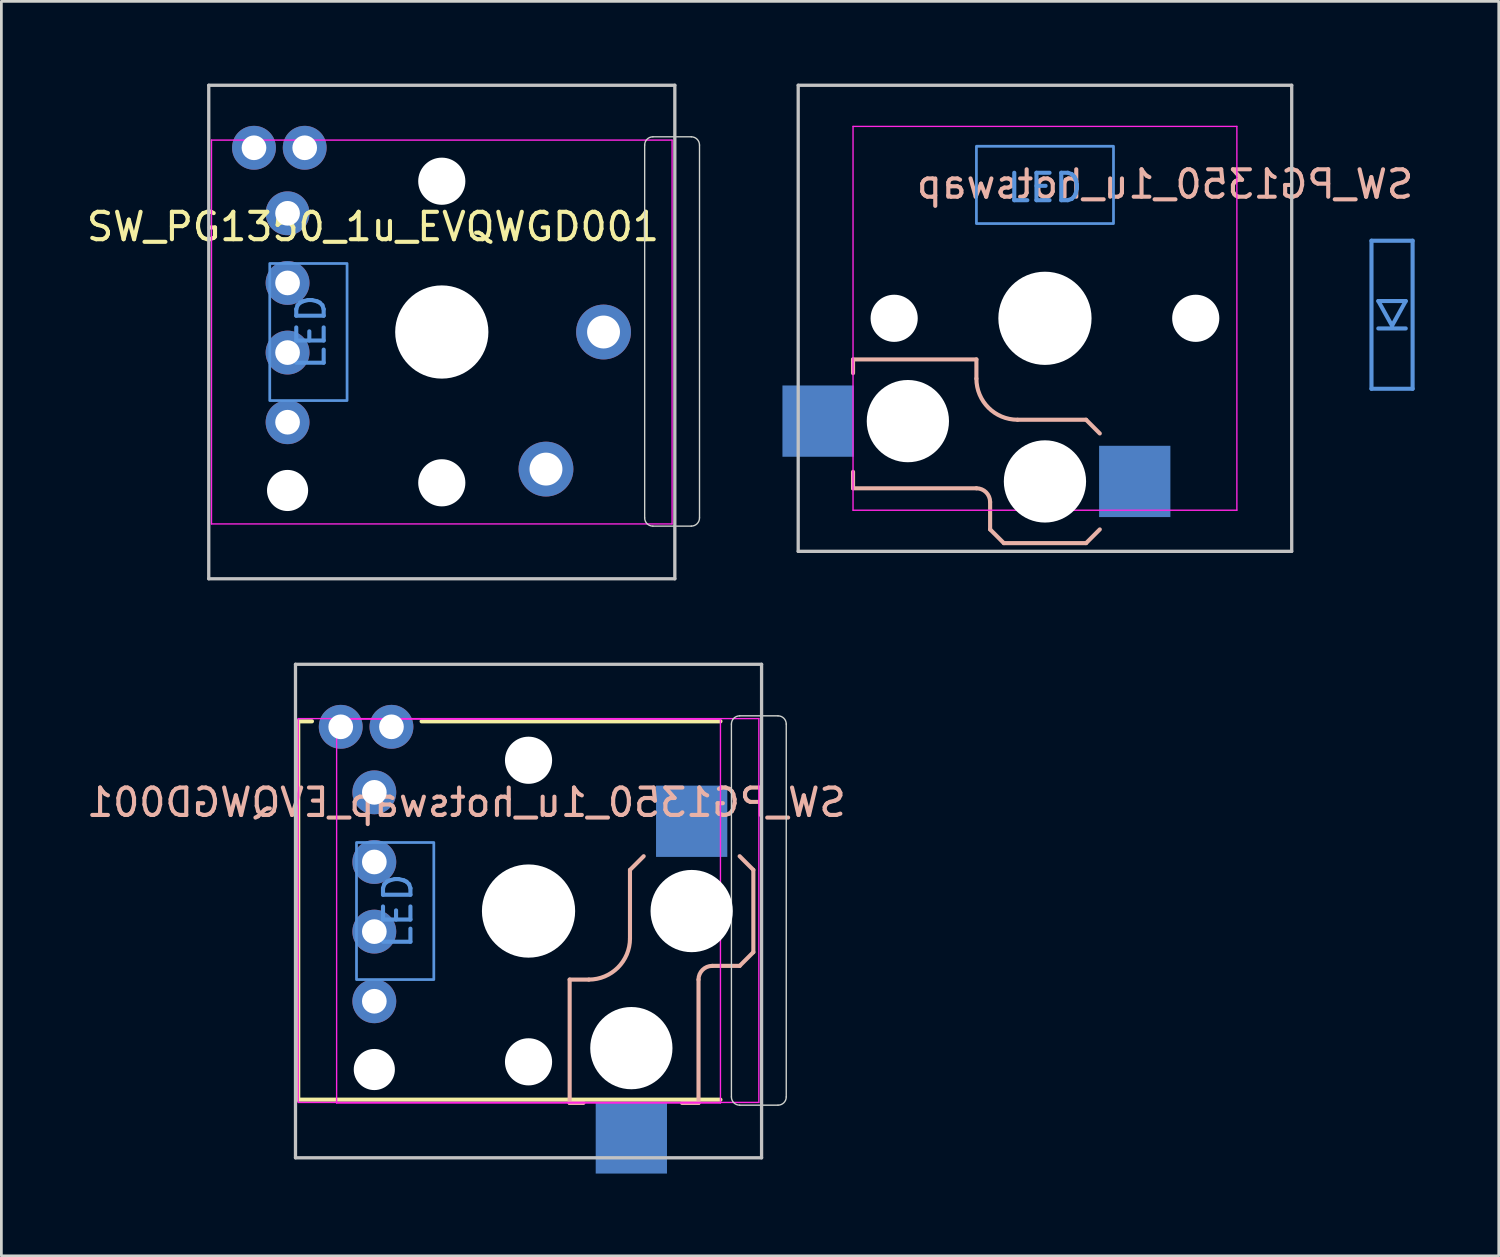
<source format=kicad_pcb>
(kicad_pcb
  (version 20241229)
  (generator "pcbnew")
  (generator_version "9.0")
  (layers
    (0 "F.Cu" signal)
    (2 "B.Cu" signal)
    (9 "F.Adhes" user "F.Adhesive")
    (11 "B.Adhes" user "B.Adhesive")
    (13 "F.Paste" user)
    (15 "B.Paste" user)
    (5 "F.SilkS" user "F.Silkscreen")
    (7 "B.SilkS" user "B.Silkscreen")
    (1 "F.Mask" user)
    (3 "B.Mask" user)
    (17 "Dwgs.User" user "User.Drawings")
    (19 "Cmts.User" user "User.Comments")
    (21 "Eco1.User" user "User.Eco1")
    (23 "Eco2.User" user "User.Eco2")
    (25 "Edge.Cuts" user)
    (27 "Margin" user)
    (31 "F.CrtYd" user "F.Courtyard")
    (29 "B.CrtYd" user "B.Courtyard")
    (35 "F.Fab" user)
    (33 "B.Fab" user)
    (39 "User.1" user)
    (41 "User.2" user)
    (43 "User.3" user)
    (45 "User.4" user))
  (footprint "SW_PG1350_1u_EVQWGD001"
    (layer "F.Cu")
    (at 13.064 9.06)
    (property "Reference" "SW_PG1350_1u_EVQWGD001" (at -2.51 -3.84 180) (layer "F.SilkS") (effects (font (size 1 1) (thickness 0.15))))
    (attr through_hole exclude_from_pos_files exclude_from_bom)
    (fp_line (start -8.5 -9) (end 8.5 -9) (stroke (width 0.12) (type solid)) (layer "Dwgs.User"))
    (fp_line (start -8.5 9) (end -8.5 -9) (stroke (width 0.12) (type solid)) (layer "Dwgs.User"))
    (fp_line (start 8.5 -9) (end 8.5 9) (stroke (width 0.12) (type solid)) (layer "Dwgs.User"))
    (fp_line (start 8.5 9) (end -8.5 9) (stroke (width 0.12) (type solid)) (layer "Dwgs.User"))
    (fp_rect (start -6.275 2.5) (end -3.455 -2.5) (stroke (width 0.1) (type default)) (fill no) (layer "Cmts.User"))
    (fp_line (start -7.5 -7.5) (end 7.5 -7.5) (stroke (width 0.15) (type solid)) (layer "Eco2.User"))
    (fp_line (start -7.5 7.5) (end -7.5 -7.5) (stroke (width 0.15) (type solid)) (layer "Eco2.User"))
    (fp_line (start -6.95 6.45) (end -6.95 -6.45) (stroke (width 0.05) (type solid)) (layer "Eco2.User"))
    (fp_line (start -6.45 -6.95) (end 6.45 -6.95) (stroke (width 0.05) (type solid)) (layer "Eco2.User"))
    (fp_line (start 6.45 6.95) (end -6.45 6.95) (stroke (width 0.05) (type solid)) (layer "Eco2.User"))
    (fp_line (start 6.95 -6.45) (end 6.95 6.45) (stroke (width 0.05) (type solid)) (layer "Eco2.User"))
    (fp_line (start 7.5 -7.5) (end 7.5 7.5) (stroke (width 0.15) (type solid)) (layer "Eco2.User"))
    (fp_line (start 7.5 7.5) (end -7.5 7.5) (stroke (width 0.15) (type solid)) (layer "Eco2.User"))
    (fp_arc (start -6.95 -6.45) (mid -6.803553 -6.803553) (end -6.45 -6.95) (stroke (width 0.05) (type solid)) (layer "Eco2.User"))
    (fp_arc (start -6.45 6.95) (mid -6.803553 6.803553) (end -6.95 6.45) (stroke (width 0.05) (type solid)) (layer "Eco2.User"))
    (fp_arc (start 6.45 -6.95) (mid 6.803553 -6.803553) (end 6.95 -6.45) (stroke (width 0.05) (type solid)) (layer "Eco2.User"))
    (fp_arc (start 6.95 6.45) (mid 6.803553 6.803553) (end 6.45 6.95) (stroke (width 0.05) (type solid)) (layer "Eco2.User"))
    (fp_line (start 7.4 -6.82) (end 7.4 6.78) (stroke (width 0.05) (type solid)) (layer "Edge.Cuts"))
    (fp_line (start 7.7 7.08) (end 9.1 7.08) (stroke (width 0.05) (type solid)) (layer "Edge.Cuts"))
    (fp_line (start 9.1 -7.12) (end 7.7 -7.12) (stroke (width 0.05) (type solid)) (layer "Edge.Cuts"))
    (fp_line (start 9.4 6.78) (end 9.4 -6.82) (stroke (width 0.05) (type solid)) (layer "Edge.Cuts"))
    (fp_arc (start 7.4 -6.82) (mid 7.487868 -7.032132) (end 7.7 -7.12) (stroke (width 0.05) (type solid)) (layer "Edge.Cuts"))
    (fp_arc (start 7.7 7.08) (mid 7.487868 6.992132) (end 7.4 6.78) (stroke (width 0.05) (type solid)) (layer "Edge.Cuts"))
    (fp_arc (start 9.1 -7.12) (mid 9.312132 -7.032132) (end 9.4 -6.82) (stroke (width 0.05) (type solid)) (layer "Edge.Cuts"))
    (fp_arc (start 9.4 6.78) (mid 9.312132 6.992132) (end 9.1 7.08) (stroke (width 0.05) (type solid)) (layer "Edge.Cuts"))
    (fp_line (start -8.4 -7) (end 8.4 -7) (stroke (width 0.05) (type solid)) (layer "F.CrtYd"))
    (fp_line (start -8.4 7) (end -8.4 -7) (stroke (width 0.05) (type solid)) (layer "F.CrtYd"))
    (fp_line (start 8.4 -7) (end 8.4 7) (stroke (width 0.05) (type solid)) (layer "F.CrtYd"))
    (fp_line (start 8.4 7) (end -8.4 7) (stroke (width 0.05) (type solid)) (layer "F.CrtYd"))
    (fp_text user "LED" (at -4.763 0 90) (unlocked yes) (layer "Cmts.User") (effects (font (size 1 1) (thickness 0.15))))
    (pad "" np_thru_hole circle (at -5.625 5.78) (size 1.5 1.5) (drill 1.5) (layers "*.Cu" "*.Mask"))
    (pad "" np_thru_hole circle (at 0 -5.5 90) (size 1.72 1.72) (drill 1.72) (layers "*.Cu" "*.Mask"))
    (pad "" np_thru_hole circle (at 0 0 270) (size 3.4 3.4) (drill 3.4) (layers "*.Cu" "*.Mask"))
    (pad "" np_thru_hole circle (at 0 5.5 90) (size 1.72 1.72) (drill 1.72) (layers "*.Cu" "*.Mask"))
    (pad "A" thru_hole circle (at -5.625 -4.33) (size 1.6 1.6) (drill 0.9) (layers "*.Cu" "*.Mask"))
    (pad "B" thru_hole circle (at -5.625 -1.79) (size 1.6 1.6) (drill 0.9) (layers "*.Cu" "*.Mask"))
    (pad "C" thru_hole circle (at -5.625 0.75) (size 1.6 1.6) (drill 0.9) (layers "*.Cu" "*.Mask"))
    (pad "D" thru_hole circle (at -5.625 3.29) (size 1.6 1.6) (drill 0.9) (layers "*.Cu" "*.Mask"))
    (pad "S1" thru_hole circle (at -6.85 -6.72) (size 1.6 1.6) (drill 0.9) (layers "*.Cu" "*.Mask"))
    (pad "S1" thru_hole circle (at 5.9 0 270) (size 2 2) (drill 1.2) (layers "*.Cu" "B.Mask"))
    (pad "S2" thru_hole circle (at -5 -6.72) (size 1.6 1.6) (drill 0.9) (layers "*.Cu" "*.Mask"))
    (pad "S2" thru_hole circle (at 3.8 5 270) (size 2 2) (drill 1.2) (layers "*.Cu" "B.Mask")))
  (footprint "SW_PG1350_1u_hotswap_EVQWGD001"
    (layer "F.Cu")
    (at 16.228 30.18)
    (property "Reference" "SW_PG1350_1u_hotswap_EVQWGD001" (at -2.27 -3.96 0) (layer "B.SilkS") (effects (font (size 1 1) (thickness 0.15)) (justify mirror)))
    (attr smd exclude_from_pos_files exclude_from_bom)
    (fp_line (start -8.4 -6.92) (end -8.4 6.88) (stroke (width 0.15) (type solid)) (layer "F.SilkS"))
    (fp_line (start -8.4 6.88) (end 7 6.88) (stroke (width 0.15) (type solid)) (layer "F.SilkS"))
    (fp_line (start -7.9 -6.92) (end -8.4 -6.92) (stroke (width 0.15) (type solid)) (layer "F.SilkS"))
    (fp_line (start 7 -6.92) (end -3.9 -6.92) (stroke (width 0.15) (type solid)) (layer "F.SilkS"))
    (fp_line (start 1.5 2.5) (end 1.5 7) (stroke (width 0.15) (type solid)) (layer "B.SilkS"))
    (fp_line (start 1.5 7) (end 2 7) (stroke (width 0.15) (type solid)) (layer "B.SilkS"))
    (fp_line (start 2.2 2.5) (end 1.5 2.5) (stroke (width 0.15) (type solid)) (layer "B.SilkS"))
    (fp_line (start 3.7 -1.5) (end 3.7 1) (stroke (width 0.15) (type solid)) (layer "B.SilkS"))
    (fp_line (start 4.2 -2) (end 3.7 -1.5) (stroke (width 0.15) (type solid)) (layer "B.SilkS"))
    (fp_line (start 5.6 7) (end 6.2 7) (stroke (width 0.15) (type solid)) (layer "B.SilkS"))
    (fp_line (start 6.2 7) (end 6.2 2.5) (stroke (width 0.15) (type solid)) (layer "B.SilkS"))
    (fp_line (start 6.7 2) (end 7.7 2) (stroke (width 0.15) (type solid)) (layer "B.SilkS"))
    (fp_line (start 7.7 -2) (end 8.2 -1.5) (stroke (width 0.15) (type solid)) (layer "B.SilkS"))
    (fp_line (start 8.2 -1.5) (end 8.2 1.5) (stroke (width 0.15) (type solid)) (layer "B.SilkS"))
    (fp_line (start 8.2 1.5) (end 7.7 2) (stroke (width 0.15) (type solid)) (layer "B.SilkS"))
    (fp_arc (start 3.7 1) (mid 3.26066 2.06066) (end 2.2 2.5) (stroke (width 0.15) (type solid)) (layer "B.SilkS"))
    (fp_arc (start 6.2 2.5) (mid 6.346447 2.146447) (end 6.7 2) (stroke (width 0.15) (type solid)) (layer "B.SilkS"))
    (fp_line (start -8.5 -9) (end 8.5 -9) (stroke (width 0.12) (type solid)) (layer "Dwgs.User"))
    (fp_line (start -8.5 9) (end -8.5 -9) (stroke (width 0.12) (type solid)) (layer "Dwgs.User"))
    (fp_line (start 8.5 -9) (end 8.5 9) (stroke (width 0.12) (type solid)) (layer "Dwgs.User"))
    (fp_line (start 8.5 9) (end -8.5 9) (stroke (width 0.12) (type solid)) (layer "Dwgs.User"))
    (fp_circle (center 0 0) (end 1 0) (stroke (width 0.15) (type solid)) (fill no) (layer "Dwgs.User"))
    (fp_rect (start -6.275 2.5) (end -3.455 -2.5) (stroke (width 0.1) (type default)) (fill no) (layer "Cmts.User"))
    (fp_line (start -7.5 -7.5) (end 7.5 -7.5) (stroke (width 0.15) (type solid)) (layer "Eco2.User"))
    (fp_line (start -7.5 7.5) (end -7.5 -7.5) (stroke (width 0.15) (type solid)) (layer "Eco2.User"))
    (fp_line (start -6.95 6.45) (end -6.95 -6.45) (stroke (width 0.05) (type solid)) (layer "Eco2.User"))
    (fp_line (start -6.45 -6.95) (end 6.45 -6.95) (stroke (width 0.05) (type solid)) (layer "Eco2.User"))
    (fp_line (start 6.45 6.95) (end -6.45 6.95) (stroke (width 0.05) (type solid)) (layer "Eco2.User"))
    (fp_line (start 6.95 -6.45) (end 6.95 6.45) (stroke (width 0.05) (type solid)) (layer "Eco2.User"))
    (fp_line (start 7.5 -7.5) (end 7.5 7.5) (stroke (width 0.15) (type solid)) (layer "Eco2.User"))
    (fp_line (start 7.5 7.5) (end -7.5 7.5) (stroke (width 0.15) (type solid)) (layer "Eco2.User"))
    (fp_arc (start -6.95 -6.45) (mid -6.803553 -6.803553) (end -6.45 -6.95) (stroke (width 0.05) (type solid)) (layer "Eco2.User"))
    (fp_arc (start -6.45 6.95) (mid -6.803553 6.803553) (end -6.95 6.45) (stroke (width 0.05) (type solid)) (layer "Eco2.User"))
    (fp_arc (start 6.45 -6.95) (mid 6.803553 -6.803553) (end 6.95 -6.45) (stroke (width 0.05) (type solid)) (layer "Eco2.User"))
    (fp_arc (start 6.95 6.45) (mid 6.803553 6.803553) (end 6.45 6.95) (stroke (width 0.05) (type solid)) (layer "Eco2.User"))
    (fp_line (start 7.4 -6.82) (end 7.4 6.78) (stroke (width 0.05) (type solid)) (layer "Edge.Cuts"))
    (fp_line (start 7.7 7.08) (end 9.1 7.08) (stroke (width 0.05) (type solid)) (layer "Edge.Cuts"))
    (fp_line (start 9.1 -7.12) (end 7.7 -7.12) (stroke (width 0.05) (type solid)) (layer "Edge.Cuts"))
    (fp_line (start 9.4 6.78) (end 9.4 -6.82) (stroke (width 0.05) (type solid)) (layer "Edge.Cuts"))
    (fp_arc (start 7.4 -6.82) (mid 7.487868 -7.032132) (end 7.7 -7.12) (stroke (width 0.05) (type solid)) (layer "Edge.Cuts"))
    (fp_arc (start 7.7 7.08) (mid 7.487868 6.992132) (end 7.4 6.78) (stroke (width 0.05) (type solid)) (layer "Edge.Cuts"))
    (fp_arc (start 9.1 -7.12) (mid 9.312132 -7.032132) (end 9.4 -6.82) (stroke (width 0.05) (type solid)) (layer "Edge.Cuts"))
    (fp_arc (start 9.4 6.78) (mid 9.312132 6.992132) (end 9.1 7.08) (stroke (width 0.05) (type solid)) (layer "Edge.Cuts"))
    (fp_line (start -8.4 -7.02) (end 8.4 -7.02) (stroke (width 0.05) (type solid)) (layer "F.CrtYd"))
    (fp_line (start -8.4 6.98) (end -8.4 -7.02) (stroke (width 0.05) (type solid)) (layer "F.CrtYd"))
    (fp_line (start -7 -7) (end 7 -7) (stroke (width 0.05) (type solid)) (layer "F.CrtYd"))
    (fp_line (start -7 7) (end -7 -7) (stroke (width 0.05) (type solid)) (layer "F.CrtYd"))
    (fp_line (start 7 -7) (end 7 7) (stroke (width 0.05) (type solid)) (layer "F.CrtYd"))
    (fp_line (start 7 7) (end -7 7) (stroke (width 0.05) (type solid)) (layer "F.CrtYd"))
    (fp_line (start 8.4 -7.02) (end 8.4 6.98) (stroke (width 0.05) (type solid)) (layer "F.CrtYd"))
    (fp_line (start 8.4 6.98) (end -8.4 6.98) (stroke (width 0.05) (type solid)) (layer "F.CrtYd"))
    (fp_text user "LED" (at -4.763 0 90) (unlocked yes) (layer "Cmts.User") (effects (font (size 1 1) (thickness 0.15))))
    (pad "" np_thru_hole circle (at -5.625 5.78) (size 1.5 1.5) (drill 1.5) (layers "*.Cu" "*.Mask"))
    (pad "" np_thru_hole circle (at 0 -5.5 90) (size 1.72 1.72) (drill 1.72) (layers "*.Cu" "*.Mask"))
    (pad "" np_thru_hole circle (at 0 0 270) (size 3.4 3.4) (drill 3.4) (layers "*.Cu" "*.Mask"))
    (pad "" np_thru_hole circle (at 0 5.5 90) (size 1.72 1.72) (drill 1.72) (layers "*.Cu" "*.Mask"))
    (pad "" np_thru_hole circle (at 3.75 5 90) (size 3 3) (drill 3) (layers "*.Cu" "*.Mask"))
    (pad "" np_thru_hole circle (at 5.95 0 90) (size 3 3) (drill 3) (layers "*.Cu" "*.Mask"))
    (pad "A" thru_hole circle (at -5.625 -4.33) (size 1.6 1.6) (drill 0.9) (layers "*.Cu" "*.Mask"))
    (pad "B" thru_hole circle (at -5.625 -1.79) (size 1.6 1.6) (drill 0.9) (layers "*.Cu" "*.Mask"))
    (pad "C" thru_hole circle (at -5.625 0.75) (size 1.6 1.6) (drill 0.9) (layers "*.Cu" "*.Mask"))
    (pad "D" thru_hole circle (at -5.625 3.29) (size 1.6 1.6) (drill 0.9) (layers "*.Cu" "*.Mask"))
    (pad "S1" thru_hole circle (at -6.85 -6.72) (size 1.6 1.6) (drill 0.9) (layers "*.Cu" "*.Mask"))
    (pad "S1" smd rect (at 5.95 -3.275 90) (size 2.6 2.6) (layers "B.Cu" "B.Mask" "B.Paste"))
    (pad "S2" thru_hole circle (at -5 -6.72) (size 1.6 1.6) (drill 0.9) (layers "*.Cu" "*.Mask"))
    (pad "S2" smd rect (at 3.75 8.275 90) (size 2.6 2.6) (layers "B.Cu" "B.Mask" "B.Paste")))
  (footprint "SW_PG1350_1u_hotswap"
    (layer "F.Cu")
    (at 35.064 8.56)
    (property "Reference" "SW_PG1350_1u_hotswap" (at 4.38 -4.89 0) (layer "B.SilkS") (effects (font (size 1 1) (thickness 0.15)) (justify mirror)))
    (attr smd exclude_from_pos_files exclude_from_bom)
    (fp_line (start -7 1.5) (end -7 2) (stroke (width 0.15) (type solid)) (layer "B.SilkS"))
    (fp_line (start -7 5.6) (end -7 6.2) (stroke (width 0.15) (type solid)) (layer "B.SilkS"))
    (fp_line (start -7 6.2) (end -2.5 6.2) (stroke (width 0.15) (type solid)) (layer "B.SilkS"))
    (fp_line (start -2.5 1.5) (end -7 1.5) (stroke (width 0.15) (type solid)) (layer "B.SilkS"))
    (fp_line (start -2.5 2.2) (end -2.5 1.5) (stroke (width 0.15) (type solid)) (layer "B.SilkS"))
    (fp_line (start -2 6.7) (end -2 7.7) (stroke (width 0.15) (type solid)) (layer "B.SilkS"))
    (fp_line (start -1.5 8.2) (end -2 7.7) (stroke (width 0.15) (type solid)) (layer "B.SilkS"))
    (fp_line (start 1.5 3.7) (end -1 3.7) (stroke (width 0.15) (type solid)) (layer "B.SilkS"))
    (fp_line (start 1.5 8.2) (end -1.5 8.2) (stroke (width 0.15) (type solid)) (layer "B.SilkS"))
    (fp_line (start 2 4.2) (end 1.5 3.7) (stroke (width 0.15) (type solid)) (layer "B.SilkS"))
    (fp_line (start 2 7.7) (end 1.5 8.2) (stroke (width 0.15) (type solid)) (layer "B.SilkS"))
    (fp_arc (start -2.5 6.2) (mid -2.146447 6.346447) (end -2 6.7) (stroke (width 0.15) (type solid)) (layer "B.SilkS"))
    (fp_arc (start -1 3.7) (mid -2.06066 3.26066) (end -2.5 2.2) (stroke (width 0.15) (type solid)) (layer "B.SilkS"))
    (fp_line (start -9 -8.5) (end 9 -8.5) (stroke (width 0.12) (type solid)) (layer "Dwgs.User"))
    (fp_line (start -9 8.5) (end -9 -8.5) (stroke (width 0.12) (type solid)) (layer "Dwgs.User"))
    (fp_line (start 9 -8.5) (end 9 8.5) (stroke (width 0.12) (type solid)) (layer "Dwgs.User"))
    (fp_line (start 9 8.5) (end -9 8.5) (stroke (width 0.12) (type solid)) (layer "Dwgs.User"))
    (fp_line (start 11.91 -2.83) (end 11.91 2.57) (stroke (width 0.15) (type solid)) (layer "Cmts.User"))
    (fp_line (start 11.91 -2.83) (end 13.41 -2.83) (stroke (width 0.15) (type solid)) (layer "Cmts.User"))
    (fp_line (start 11.91 2.57) (end 13.41 2.57) (stroke (width 0.15) (type solid)) (layer "Cmts.User"))
    (fp_line (start 12.16 -0.63) (end 13.16 -0.63) (stroke (width 0.15) (type solid)) (layer "Cmts.User"))
    (fp_line (start 12.16 0.37) (end 13.16 0.37) (stroke (width 0.15) (type solid)) (layer "Cmts.User"))
    (fp_line (start 12.66 0.27) (end 12.16 -0.63) (stroke (width 0.15) (type solid)) (layer "Cmts.User"))
    (fp_line (start 13.16 -0.63) (end 12.66 0.27) (stroke (width 0.15) (type solid)) (layer "Cmts.User"))
    (fp_line (start 13.41 2.57) (end 13.41 -2.83) (stroke (width 0.15) (type solid)) (layer "Cmts.User"))
    (fp_rect (start -2.5 -6.275) (end 2.5 -3.455) (stroke (width 0.1) (type default)) (fill no) (layer "Cmts.User"))
    (fp_line (start -7.5 -7.5) (end 7.5 -7.5) (stroke (width 0.15) (type solid)) (layer "Eco2.User"))
    (fp_line (start -7.5 7.5) (end -7.5 -7.5) (stroke (width 0.15) (type solid)) (layer "Eco2.User"))
    (fp_line (start -6.95 6.45) (end -6.95 -6.45) (stroke (width 0.05) (type solid)) (layer "Eco2.User"))
    (fp_line (start -6.45 -6.95) (end 6.45 -6.95) (stroke (width 0.05) (type solid)) (layer "Eco2.User"))
    (fp_line (start 6.45 6.95) (end -6.45 6.95) (stroke (width 0.05) (type solid)) (layer "Eco2.User"))
    (fp_line (start 6.95 -6.45) (end 6.95 6.45) (stroke (width 0.05) (type solid)) (layer "Eco2.User"))
    (fp_line (start 7.5 -7.5) (end 7.5 7.5) (stroke (width 0.15) (type solid)) (layer "Eco2.User"))
    (fp_line (start 7.5 7.5) (end -7.5 7.5) (stroke (width 0.15) (type solid)) (layer "Eco2.User"))
    (fp_arc (start -6.95 -6.45) (mid -6.803553 -6.803553) (end -6.45 -6.95) (stroke (width 0.05) (type solid)) (layer "Eco2.User"))
    (fp_arc (start -6.45 6.95) (mid -6.803553 6.803553) (end -6.95 6.45) (stroke (width 0.05) (type solid)) (layer "Eco2.User"))
    (fp_arc (start 6.45 -6.95) (mid 6.803553 -6.803553) (end 6.95 -6.45) (stroke (width 0.05) (type solid)) (layer "Eco2.User"))
    (fp_arc (start 6.95 6.45) (mid 6.803553 6.803553) (end 6.45 6.95) (stroke (width 0.05) (type solid)) (layer "Eco2.User"))
    (fp_line (start -7 -7) (end 7 -7) (stroke (width 0.05) (type solid)) (layer "F.CrtYd"))
    (fp_line (start -7 7) (end -7 -7) (stroke (width 0.05) (type solid)) (layer "F.CrtYd"))
    (fp_line (start 7 -7) (end 7 7) (stroke (width 0.05) (type solid)) (layer "F.CrtYd"))
    (fp_line (start 7 7) (end -7 7) (stroke (width 0.05) (type solid)) (layer "F.CrtYd"))
    (fp_text user "LED" (at 0 -4.763 0) (unlocked yes) (layer "Cmts.User") (effects (font (size 1 1) (thickness 0.15))))
    (pad "" np_thru_hole circle (at -5.5 0) (size 1.72 1.72) (drill 1.72) (layers "*.Cu" "*.Mask"))
    (pad "" np_thru_hole circle (at -5 3.75) (size 3 3) (drill 3) (layers "*.Cu" "*.Mask"))
    (pad "" np_thru_hole circle (at 0 0 180) (size 3.4 3.4) (drill 3.4) (layers "*.Cu" "*.Mask"))
    (pad "" np_thru_hole circle (at 0 5.95) (size 3 3) (drill 3) (layers "*.Cu" "*.Mask"))
    (pad "" np_thru_hole circle (at 5.5 0) (size 1.72 1.72) (drill 1.72) (layers "*.Cu" "*.Mask"))
    (pad "1" smd rect (at 3.275 5.95) (size 2.6 2.6) (layers "B.Cu" "B.Mask" "B.Paste"))
    (pad "2" smd rect (at -8.275 3.75) (size 2.6 2.6) (layers "B.Cu" "B.Mask" "B.Paste")))
  (gr_rect
    (start -3 -3)
    (end 51.616 42.755)
    (stroke (width 0.1) (type default))
    (fill no)
    (layer "Edge.Cuts")))
</source>
